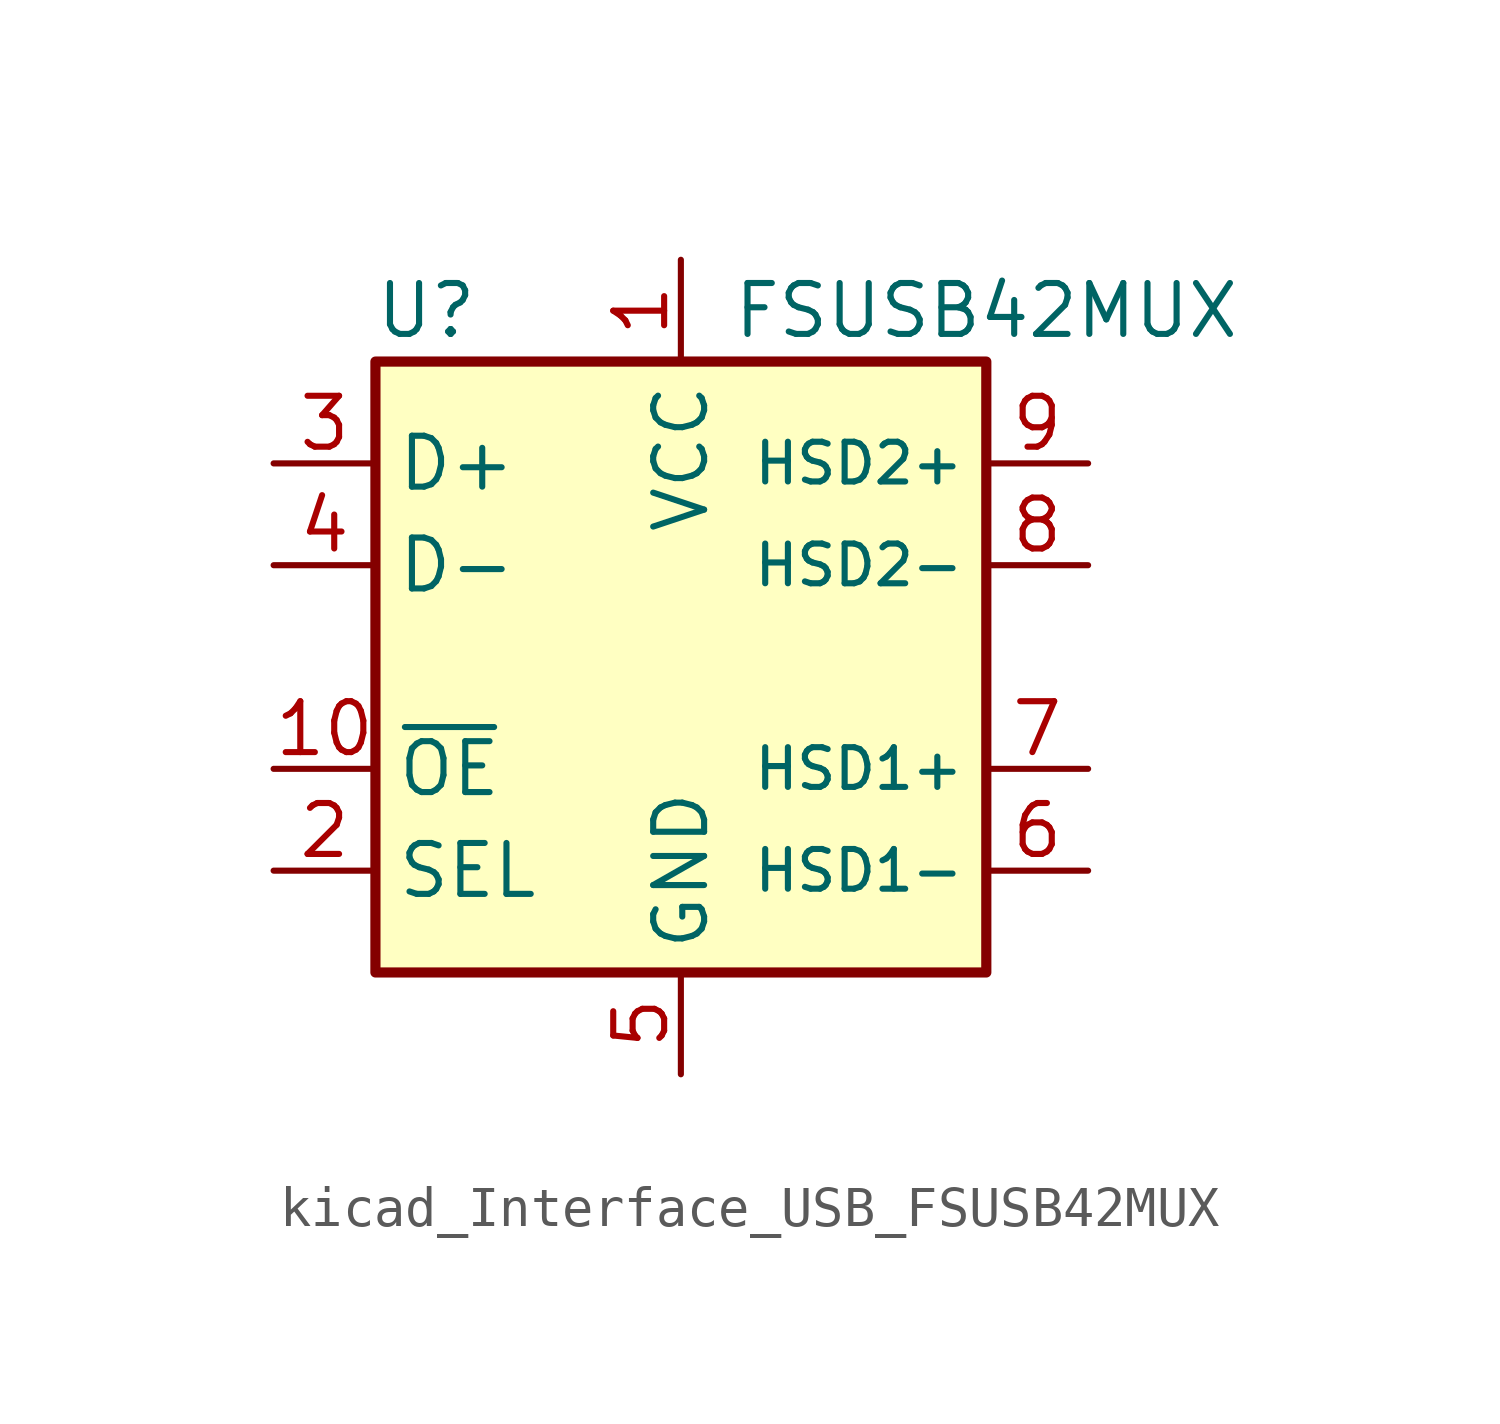
<source format=kicad_sym>
(kicad_symbol_lib
  (version 20220914)
  (generator kicad_symbol_editor)
  (symbol "kicad_Interface_USB_FSUSB42MUX"
    (property "Reference" "U"
      (at -6.35 8.89 0)
      (effects (font (size 1.27 1.27))))
    (property "Value" "FSUSB42MUX"
      (at 7.62 8.89 0)
      (effects (font (size 1.27 1.27))))
    (symbol "kicad_Interface_USB_FSUSB42MUX_0_1"
      (rectangle (start 7.62 7.62) (end -7.62 -7.62) (stroke (width 0.254) (type default)) (fill (type background))))
    (symbol "kicad_Interface_USB_FSUSB42MUX_1_1"
      (pin power_in line (at 0 10.16 270) (length 2.54) (name "VCC" (effects (font (size 1.27 1.27)))) (number "1" (effects (font (size 1.27 1.27)))))
      (pin input line (at -10.16 -2.54 0) (length 2.54) (name "~{OE}" (effects (font (size 1.27 1.27)))) (number "10" (effects (font (size 1.27 1.27)))))
      (pin input line (at -10.16 -5.08 0) (length 2.54) (name "SEL" (effects (font (size 1.27 1.27)))) (number "2" (effects (font (size 1.27 1.27)))))
      (pin bidirectional line (at -10.16 5.08 0) (length 2.54) (name "D+" (effects (font (size 1.27 1.27)))) (number "3" (effects (font (size 1.27 1.27)))))
      (pin bidirectional line (at -10.16 2.54 0) (length 2.54) (name "D-" (effects (font (size 1.27 1.27)))) (number "4" (effects (font (size 1.27 1.27)))))
      (pin power_in line (at 0 -10.16 90) (length 2.54) (name "GND" (effects (font (size 1.27 1.27)))) (number "5" (effects (font (size 1.27 1.27)))))
      (pin bidirectional line (at 10.16 -5.08 180) (length 2.54) (name "HSD1-" (effects (font (size 0.991 0.991)))) (number "6" (effects (font (size 1.27 1.27)))))
      (pin bidirectional line (at 10.16 -2.54 180) (length 2.54) (name "HSD1+" (effects (font (size 0.991 0.991)))) (number "7" (effects (font (size 1.27 1.27)))))
      (pin bidirectional line (at 10.16 2.54 180) (length 2.54) (name "HSD2-" (effects (font (size 0.991 0.991)))) (number "8" (effects (font (size 1.27 1.27)))))
      (pin bidirectional line (at 10.16 5.08 180) (length 2.54) (name "HSD2+" (effects (font (size 0.991 0.991)))) (number "9" (effects (font (size 1.27 1.27))))))))
</source>
